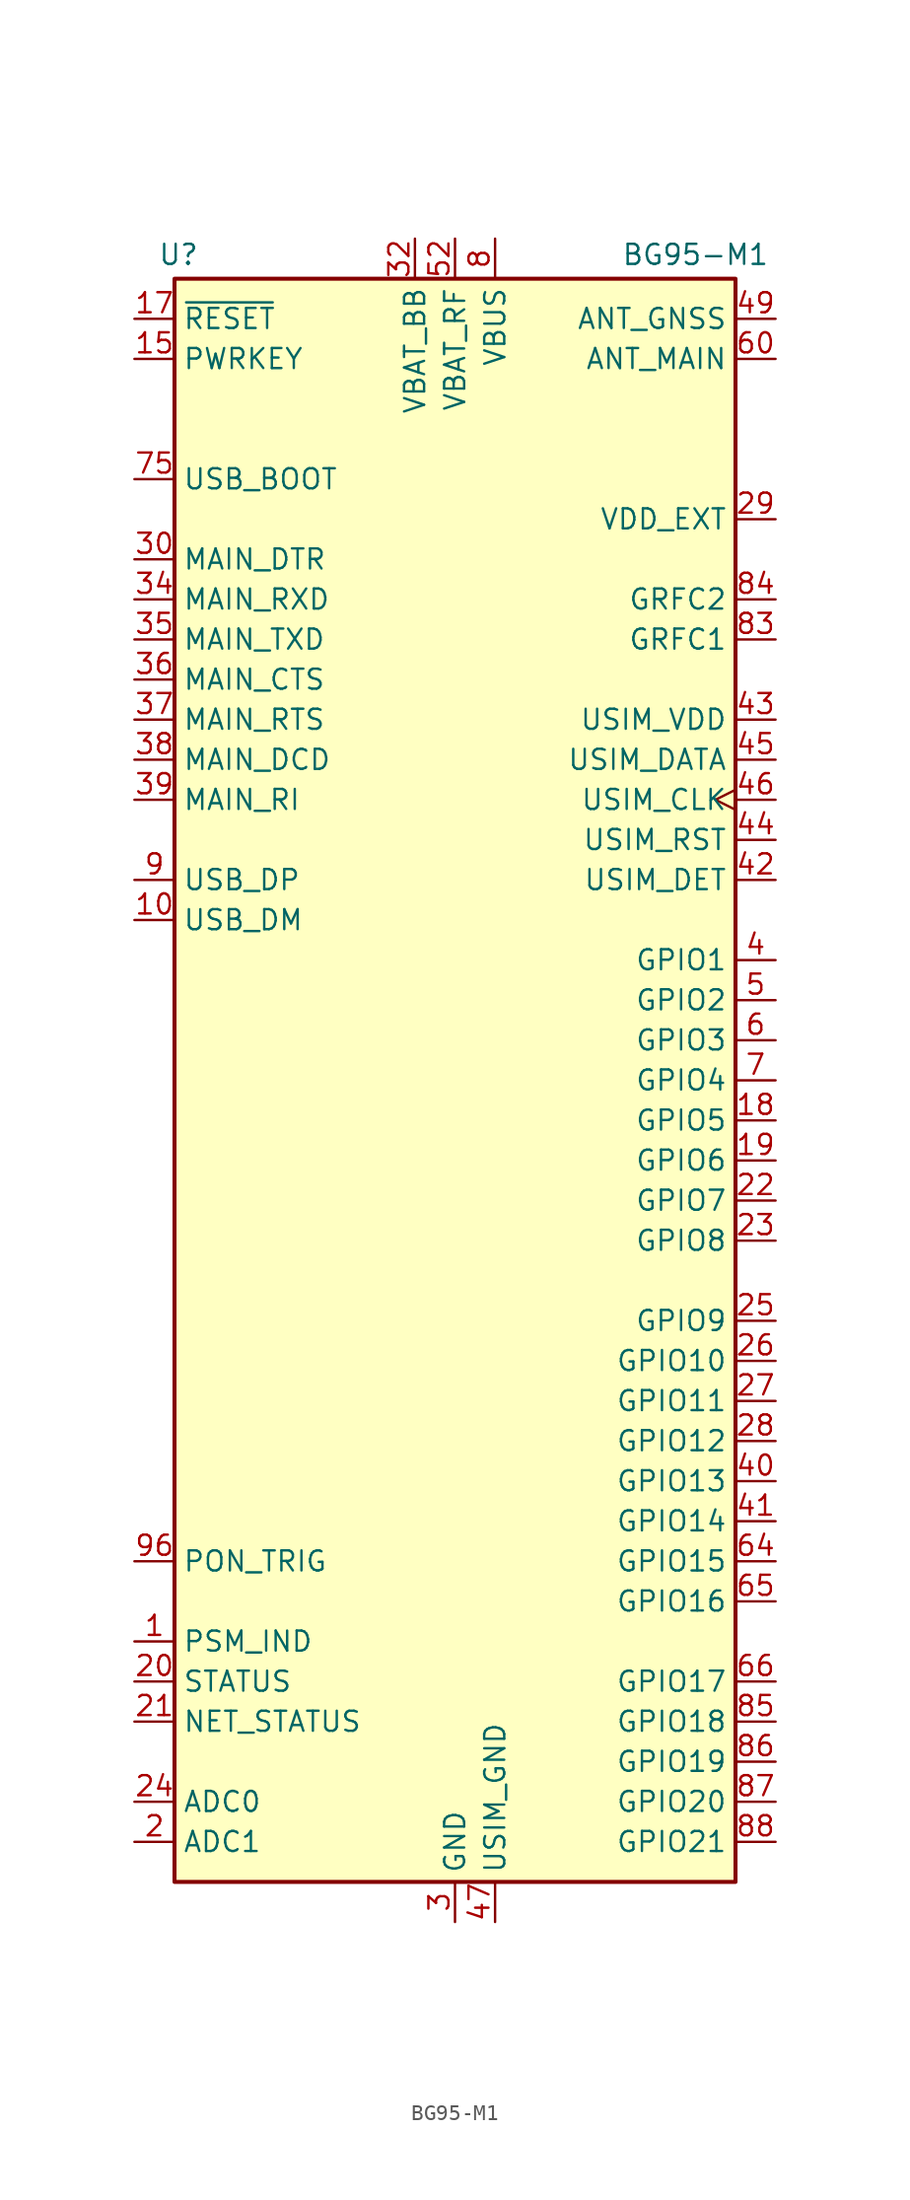
<source format=kicad_sym>
(kicad_symbol_lib
  (version 20241209)
  (generator "kicad_symbol_editor")
  (generator_version "9.0")
  (symbol "BG95-M1"
    (property "Reference" "U"
      (at -17.526 52.324 0)
      (effects (font (size 1.27 1.27))))
    (property "Value" "BG95-M1"
      (at 15.24 52.324 0)
      (effects (font (size 1.27 1.27))))
    (symbol "BG95-M1_0_1"
      (rectangle (start -17.78 50.8) (end 17.78 -50.8) (stroke (width 0.254) (type default)) (fill (type background))))
    (symbol "BG95-M1_1_1"
      (pin input line (at -20.32 48.26 0) (length 2.54) (name "~{RESET}" (effects (font (size 1.27 1.27)))) (number "17" (effects (font (size 1.27 1.27)))))
      (pin bidirectional line (at -20.32 45.72 0) (length 2.54) (name "PWRKEY" (effects (font (size 1.27 1.27)))) (number "15" (effects (font (size 1.27 1.27)))))
      (pin input line (at -20.32 38.1 0) (length 2.54) (name "USB_BOOT" (effects (font (size 1.27 1.27)))) (number "75" (effects (font (size 1.27 1.27)))))
      (pin input line (at -20.32 33.02 0) (length 2.54) (name "MAIN_DTR" (effects (font (size 1.27 1.27)))) (number "30" (effects (font (size 1.27 1.27)))))
      (pin input line (at -20.32 30.48 0) (length 2.54) (name "MAIN_RXD" (effects (font (size 1.27 1.27)))) (number "34" (effects (font (size 1.27 1.27)))))
      (pin output line (at -20.32 27.94 0) (length 2.54) (name "MAIN_TXD" (effects (font (size 1.27 1.27)))) (number "35" (effects (font (size 1.27 1.27)))))
      (pin output line (at -20.32 25.4 0) (length 2.54) (name "MAIN_CTS" (effects (font (size 1.27 1.27)))) (number "36" (effects (font (size 1.27 1.27)))))
      (pin input line (at -20.32 22.86 0) (length 2.54) (name "MAIN_RTS" (effects (font (size 1.27 1.27)))) (number "37" (effects (font (size 1.27 1.27)))))
      (pin output line (at -20.32 20.32 0) (length 2.54) (name "MAIN_DCD" (effects (font (size 1.27 1.27)))) (number "38" (effects (font (size 1.27 1.27)))))
      (pin output line (at -20.32 17.78 0) (length 2.54) (name "MAIN_RI" (effects (font (size 1.27 1.27)))) (number "39" (effects (font (size 1.27 1.27)))))
      (pin bidirectional line (at -20.32 12.7 0) (length 2.54) (name "USB_DP" (effects (font (size 1.27 1.27)))) (number "9" (effects (font (size 1.27 1.27)))))
      (pin bidirectional line (at -20.32 10.16 0) (length 2.54) (name "USB_DM" (effects (font (size 1.27 1.27)))) (number "10" (effects (font (size 1.27 1.27)))))
      (pin input line (at -20.32 -30.48 0) (length 2.54) (name "PON_TRIG" (effects (font (size 1.27 1.27)))) (number "96" (effects (font (size 1.27 1.27)))))
      (pin output line (at -20.32 -35.56 0) (length 2.54) (name "PSM_IND" (effects (font (size 1.27 1.27)))) (number "1" (effects (font (size 1.27 1.27)))))
      (pin output line (at -20.32 -38.1 0) (length 2.54) (name "STATUS" (effects (font (size 1.27 1.27)))) (number "20" (effects (font (size 1.27 1.27)))))
      (pin output line (at -20.32 -40.64 0) (length 2.54) (name "NET_STATUS" (effects (font (size 1.27 1.27)))) (number "21" (effects (font (size 1.27 1.27)))))
      (pin input line (at -20.32 -45.72 0) (length 2.54) (name "ADC0" (effects (font (size 1.27 1.27)))) (number "24" (effects (font (size 1.27 1.27)))))
      (pin input line (at -20.32 -48.26 0) (length 2.54) (name "ADC1" (effects (font (size 1.27 1.27)))) (number "2" (effects (font (size 1.27 1.27)))))
      (pin no_connect line (at -17.78 7.62 0) (length 2.54) (hide yes) (name "RESERVED" (effects (font (size 1.27 1.27)))) (number "11" (effects (font (size 1.27 1.27)))))
      (pin no_connect line (at -17.78 5.08 0) (length 2.54) (hide yes) (name "RESERVED" (effects (font (size 1.27 1.27)))) (number "12" (effects (font (size 1.27 1.27)))))
      (pin no_connect line (at -17.78 2.54 0) (length 2.54) (hide yes) (name "RESERVED" (effects (font (size 1.27 1.27)))) (number "13" (effects (font (size 1.27 1.27)))))
      (pin no_connect line (at -17.78 0 0) (length 2.54) (hide yes) (name "RESERVED" (effects (font (size 1.27 1.27)))) (number "14" (effects (font (size 1.27 1.27)))))
      (pin no_connect line (at -17.78 -2.54 0) (length 2.54) (hide yes) (name "RESERVED" (effects (font (size 1.27 1.27)))) (number "16" (effects (font (size 1.27 1.27)))))
      (pin no_connect line (at -17.78 -5.08 0) (length 2.54) (hide yes) (name "RESERVED" (effects (font (size 1.27 1.27)))) (number "51" (effects (font (size 1.27 1.27)))))
      (pin no_connect line (at -17.78 -7.62 0) (length 2.54) (hide yes) (name "RESERVED" (effects (font (size 1.27 1.27)))) (number "57" (effects (font (size 1.27 1.27)))))
      (pin no_connect line (at -17.78 -10.16 0) (length 2.54) (hide yes) (name "RESERVED" (effects (font (size 1.27 1.27)))) (number "63" (effects (font (size 1.27 1.27)))))
      (pin no_connect line (at -17.78 -12.7 0) (length 2.54) (hide yes) (name "RESERVED" (effects (font (size 1.27 1.27)))) (number "76" (effects (font (size 1.27 1.27)))))
      (pin no_connect line (at -17.78 -15.24 0) (length 2.54) (hide yes) (name "RESERVED" (effects (font (size 1.27 1.27)))) (number "77" (effects (font (size 1.27 1.27)))))
      (pin no_connect line (at -17.78 -17.78 0) (length 2.54) (hide yes) (name "RESERVED" (effects (font (size 1.27 1.27)))) (number "78" (effects (font (size 1.27 1.27)))))
      (pin no_connect line (at -17.78 -20.32 0) (length 2.54) (hide yes) (name "RESERVED" (effects (font (size 1.27 1.27)))) (number "92" (effects (font (size 1.27 1.27)))))
      (pin no_connect line (at -17.78 -22.86 0) (length 2.54) (hide yes) (name "RESERVED" (effects (font (size 1.27 1.27)))) (number "93" (effects (font (size 1.27 1.27)))))
      (pin no_connect line (at -17.78 -25.4 0) (length 2.54) (hide yes) (name "RESERVED" (effects (font (size 1.27 1.27)))) (number "94" (effects (font (size 1.27 1.27)))))
      (pin no_connect line (at -17.78 -27.94 0) (length 2.54) (hide yes) (name "RESERVED" (effects (font (size 1.27 1.27)))) (number "95" (effects (font (size 1.27 1.27)))))
      (pin no_connect line (at -7.62 50.8 270) (length 2.54) (hide yes) (name "RESERVED" (effects (font (size 1.27 1.27)))) (number "98" (effects (font (size 1.27 1.27)))))
      (pin no_connect line (at -5.08 50.8 270) (length 2.54) (hide yes) (name "RESERVED" (effects (font (size 1.27 1.27)))) (number "97" (effects (font (size 1.27 1.27)))))
      (pin power_in line (at -2.54 53.34 270) (length 2.54) (name "VBAT_BB" (effects (font (size 1.27 1.27)))) (number "32" (effects (font (size 1.27 1.27)))))
      (pin passive line (at -2.54 53.34 270) (length 2.54) (hide yes) (name "VBAT_BB" (effects (font (size 1.27 1.27)))) (number "33" (effects (font (size 1.27 1.27)))))
      (pin power_in line (at 0 53.34 270) (length 2.54) (name "VBAT_RF" (effects (font (size 1.27 1.27)))) (number "52" (effects (font (size 1.27 1.27)))))
      (pin passive line (at 0 53.34 270) (length 2.54) (hide yes) (name "VBAT_RF" (effects (font (size 1.27 1.27)))) (number "53" (effects (font (size 1.27 1.27)))))
      (pin passive line (at 0 -53.34 90) (length 2.54) (hide yes) (name "GND" (effects (font (size 1.27 1.27)))) (number "100" (effects (font (size 1.27 1.27)))))
      (pin passive line (at 0 -53.34 90) (length 2.54) (hide yes) (name "GND" (effects (font (size 1.27 1.27)))) (number "101" (effects (font (size 1.27 1.27)))))
      (pin passive line (at 0 -53.34 90) (length 2.54) (hide yes) (name "GND" (effects (font (size 1.27 1.27)))) (number "102" (effects (font (size 1.27 1.27)))))
      (pin power_in line (at 0 -53.34 90) (length 2.54) (name "GND" (effects (font (size 1.27 1.27)))) (number "3" (effects (font (size 1.27 1.27)))))
      (pin passive line (at 0 -53.34 90) (length 2.54) (hide yes) (name "GND" (effects (font (size 1.27 1.27)))) (number "31" (effects (font (size 1.27 1.27)))))
      (pin passive line (at 0 -53.34 90) (length 2.54) (hide yes) (name "GND" (effects (font (size 1.27 1.27)))) (number "48" (effects (font (size 1.27 1.27)))))
      (pin passive line (at 0 -53.34 90) (length 2.54) (hide yes) (name "GND" (effects (font (size 1.27 1.27)))) (number "50" (effects (font (size 1.27 1.27)))))
      (pin passive line (at 0 -53.34 90) (length 2.54) (hide yes) (name "GND" (effects (font (size 1.27 1.27)))) (number "54" (effects (font (size 1.27 1.27)))))
      (pin passive line (at 0 -53.34 90) (length 2.54) (hide yes) (name "GND" (effects (font (size 1.27 1.27)))) (number "55" (effects (font (size 1.27 1.27)))))
      (pin passive line (at 0 -53.34 90) (length 2.54) (hide yes) (name "GND" (effects (font (size 1.27 1.27)))) (number "58" (effects (font (size 1.27 1.27)))))
      (pin passive line (at 0 -53.34 90) (length 2.54) (hide yes) (name "GND" (effects (font (size 1.27 1.27)))) (number "59" (effects (font (size 1.27 1.27)))))
      (pin passive line (at 0 -53.34 90) (length 2.54) (hide yes) (name "GND" (effects (font (size 1.27 1.27)))) (number "61" (effects (font (size 1.27 1.27)))))
      (pin passive line (at 0 -53.34 90) (length 2.54) (hide yes) (name "GND" (effects (font (size 1.27 1.27)))) (number "62" (effects (font (size 1.27 1.27)))))
      (pin passive line (at 0 -53.34 90) (length 2.54) (hide yes) (name "GND" (effects (font (size 1.27 1.27)))) (number "67" (effects (font (size 1.27 1.27)))))
      (pin passive line (at 0 -53.34 90) (length 2.54) (hide yes) (name "GND" (effects (font (size 1.27 1.27)))) (number "68" (effects (font (size 1.27 1.27)))))
      (pin passive line (at 0 -53.34 90) (length 2.54) (hide yes) (name "GND" (effects (font (size 1.27 1.27)))) (number "69" (effects (font (size 1.27 1.27)))))
      (pin passive line (at 0 -53.34 90) (length 2.54) (hide yes) (name "GND" (effects (font (size 1.27 1.27)))) (number "70" (effects (font (size 1.27 1.27)))))
      (pin passive line (at 0 -53.34 90) (length 2.54) (hide yes) (name "GND" (effects (font (size 1.27 1.27)))) (number "71" (effects (font (size 1.27 1.27)))))
      (pin passive line (at 0 -53.34 90) (length 2.54) (hide yes) (name "GND" (effects (font (size 1.27 1.27)))) (number "72" (effects (font (size 1.27 1.27)))))
      (pin passive line (at 0 -53.34 90) (length 2.54) (hide yes) (name "GND" (effects (font (size 1.27 1.27)))) (number "73" (effects (font (size 1.27 1.27)))))
      (pin passive line (at 0 -53.34 90) (length 2.54) (hide yes) (name "GND" (effects (font (size 1.27 1.27)))) (number "74" (effects (font (size 1.27 1.27)))))
      (pin passive line (at 0 -53.34 90) (length 2.54) (hide yes) (name "GND" (effects (font (size 1.27 1.27)))) (number "79" (effects (font (size 1.27 1.27)))))
      (pin passive line (at 0 -53.34 90) (length 2.54) (hide yes) (name "GND" (effects (font (size 1.27 1.27)))) (number "80" (effects (font (size 1.27 1.27)))))
      (pin passive line (at 0 -53.34 90) (length 2.54) (hide yes) (name "GND" (effects (font (size 1.27 1.27)))) (number "81" (effects (font (size 1.27 1.27)))))
      (pin passive line (at 0 -53.34 90) (length 2.54) (hide yes) (name "GND" (effects (font (size 1.27 1.27)))) (number "82" (effects (font (size 1.27 1.27)))))
      (pin passive line (at 0 -53.34 90) (length 2.54) (hide yes) (name "GND" (effects (font (size 1.27 1.27)))) (number "89" (effects (font (size 1.27 1.27)))))
      (pin passive line (at 0 -53.34 90) (length 2.54) (hide yes) (name "GND" (effects (font (size 1.27 1.27)))) (number "90" (effects (font (size 1.27 1.27)))))
      (pin passive line (at 0 -53.34 90) (length 2.54) (hide yes) (name "GND" (effects (font (size 1.27 1.27)))) (number "91" (effects (font (size 1.27 1.27)))))
      (pin power_in line (at 2.54 53.34 270) (length 2.54) (name "VBUS" (effects (font (size 1.27 1.27)))) (number "8" (effects (font (size 1.27 1.27)))))
      (pin power_in line (at 2.54 -53.34 90) (length 2.54) (name "USIM_GND" (effects (font (size 1.27 1.27)))) (number "47" (effects (font (size 1.27 1.27)))))
      (pin no_connect line (at 7.62 50.8 270) (length 2.54) (hide yes) (name "RESERVED" (effects (font (size 1.27 1.27)))) (number "99" (effects (font (size 1.27 1.27)))))
      (pin no_connect line (at 17.78 43.18 180) (length 2.54) (hide yes) (name "ANT_WIFI" (effects (font (size 1.27 1.27)))) (number "56" (effects (font (size 1.27 1.27)))))
      (pin passive line (at 20.32 48.26 180) (length 2.54) (name "ANT_GNSS" (effects (font (size 1.27 1.27)))) (number "49" (effects (font (size 1.27 1.27)))))
      (pin passive line (at 20.32 45.72 180) (length 2.54) (name "ANT_MAIN" (effects (font (size 1.27 1.27)))) (number "60" (effects (font (size 1.27 1.27)))))
      (pin power_out line (at 20.32 35.56 180) (length 2.54) (name "VDD_EXT" (effects (font (size 1.27 1.27)))) (number "29" (effects (font (size 1.27 1.27)))))
      (pin output line (at 20.32 30.48 180) (length 2.54) (name "GRFC2" (effects (font (size 1.27 1.27)))) (number "84" (effects (font (size 1.27 1.27)))))
      (pin output line (at 20.32 27.94 180) (length 2.54) (name "GRFC1" (effects (font (size 1.27 1.27)))) (number "83" (effects (font (size 1.27 1.27)))))
      (pin power_out line (at 20.32 22.86 180) (length 2.54) (name "USIM_VDD" (effects (font (size 1.27 1.27)))) (number "43" (effects (font (size 1.27 1.27)))))
      (pin bidirectional line (at 20.32 20.32 180) (length 2.54) (name "USIM_DATA" (effects (font (size 1.27 1.27)))) (number "45" (effects (font (size 1.27 1.27)))))
      (pin output clock (at 20.32 17.78 180) (length 2.54) (name "USIM_CLK" (effects (font (size 1.27 1.27)))) (number "46" (effects (font (size 1.27 1.27)))))
      (pin output line (at 20.32 15.24 180) (length 2.54) (name "USIM_RST" (effects (font (size 1.27 1.27)))) (number "44" (effects (font (size 1.27 1.27)))))
      (pin input line (at 20.32 12.7 180) (length 2.54) (name "USIM_DET" (effects (font (size 1.27 1.27)))) (number "42" (effects (font (size 1.27 1.27)))))
      (pin bidirectional line (at 20.32 7.62 180) (length 2.54) (name "GPIO1" (effects (font (size 1.27 1.27)))) (number "4" (effects (font (size 1.27 1.27)))))
      (pin bidirectional line (at 20.32 5.08 180) (length 2.54) (name "GPIO2" (effects (font (size 1.27 1.27)))) (number "5" (effects (font (size 1.27 1.27)))))
      (pin bidirectional line (at 20.32 2.54 180) (length 2.54) (name "GPIO3" (effects (font (size 1.27 1.27)))) (number "6" (effects (font (size 1.27 1.27)))))
      (pin bidirectional line (at 20.32 0 180) (length 2.54) (name "GPIO4" (effects (font (size 1.27 1.27)))) (number "7" (effects (font (size 1.27 1.27)))))
      (pin bidirectional line (at 20.32 -2.54 180) (length 2.54) (name "GPIO5" (effects (font (size 1.27 1.27)))) (number "18" (effects (font (size 1.27 1.27)))) (alternate "I2C1_SCL" open_collector line))
      (pin bidirectional line (at 20.32 -5.08 180) (length 2.54) (name "GPIO6" (effects (font (size 1.27 1.27)))) (number "19" (effects (font (size 1.27 1.27)))) (alternate "I2C1_SDA" open_collector line))
      (pin bidirectional line (at 20.32 -7.62 180) (length 2.54) (name "GPIO7" (effects (font (size 1.27 1.27)))) (number "22" (effects (font (size 1.27 1.27)))) (alternate "UART1_RXD" input line))
      (pin bidirectional line (at 20.32 -10.16 180) (length 2.54) (name "GPIO8" (effects (font (size 1.27 1.27)))) (number "23" (effects (font (size 1.27 1.27)))) (alternate "UART1_TXD" output line))
      (pin bidirectional line (at 20.32 -15.24 180) (length 2.54) (name "GPIO9" (effects (font (size 1.27 1.27)))) (number "25" (effects (font (size 1.27 1.27)))) (alternate "~{SPI1_CS}" output line))
      (pin bidirectional line (at 20.32 -17.78 180) (length 2.54) (name "GPIO10" (effects (font (size 1.27 1.27)))) (number "26" (effects (font (size 1.27 1.27)))) (alternate "SPI1_CLK" output line))
      (pin bidirectional line (at 20.32 -20.32 180) (length 2.54) (name "GPIO11" (effects (font (size 1.27 1.27)))) (number "27" (effects (font (size 1.27 1.27)))) (alternate "SPI1_MOSI" output line) (alternate "UART3_TXD" output line))
      (pin bidirectional line (at 20.32 -22.86 180) (length 2.54) (name "GPIO12" (effects (font (size 1.27 1.27)))) (number "28" (effects (font (size 1.27 1.27)))) (alternate "SPI1_MISO" input line) (alternate "UART3_RXD" input line))
      (pin bidirectional line (at 20.32 -25.4 180) (length 2.54) (name "GPIO13" (effects (font (size 1.27 1.27)))) (number "40" (effects (font (size 1.27 1.27)))) (alternate "SPI2_CLK" output line))
      (pin bidirectional line (at 20.32 -27.94 180) (length 2.54) (name "GPIO14" (effects (font (size 1.27 1.27)))) (number "41" (effects (font (size 1.27 1.27)))) (alternate "~{SPI2_CS}" output line))
      (pin bidirectional line (at 20.32 -30.48 180) (length 2.54) (name "GPIO15" (effects (font (size 1.27 1.27)))) (number "64" (effects (font (size 1.27 1.27)))) (alternate "SPI2_MOSI" output line) (alternate "UART2_TXD" output line))
      (pin bidirectional line (at 20.32 -33.02 180) (length 2.54) (name "GPIO16" (effects (font (size 1.27 1.27)))) (number "65" (effects (font (size 1.27 1.27)))) (alternate "SPI2_MISO" input line) (alternate "UART2_RXD" input line))
      (pin bidirectional line (at 20.32 -38.1 180) (length 2.54) (name "GPIO17" (effects (font (size 1.27 1.27)))) (number "66" (effects (font (size 1.27 1.27)))) (alternate "PWM" output line))
      (pin bidirectional line (at 20.32 -40.64 180) (length 2.54) (name "GPIO18" (effects (font (size 1.27 1.27)))) (number "85" (effects (font (size 1.27 1.27)))))
      (pin bidirectional line (at 20.32 -43.18 180) (length 2.54) (name "GPIO19" (effects (font (size 1.27 1.27)))) (number "86" (effects (font (size 1.27 1.27)))))
      (pin bidirectional line (at 20.32 -45.72 180) (length 2.54) (name "GPIO20" (effects (font (size 1.27 1.27)))) (number "87" (effects (font (size 1.27 1.27)))))
      (pin bidirectional line (at 20.32 -48.26 180) (length 2.54) (name "GPIO21" (effects (font (size 1.27 1.27)))) (number "88" (effects (font (size 1.27 1.27))))))))
</source>
